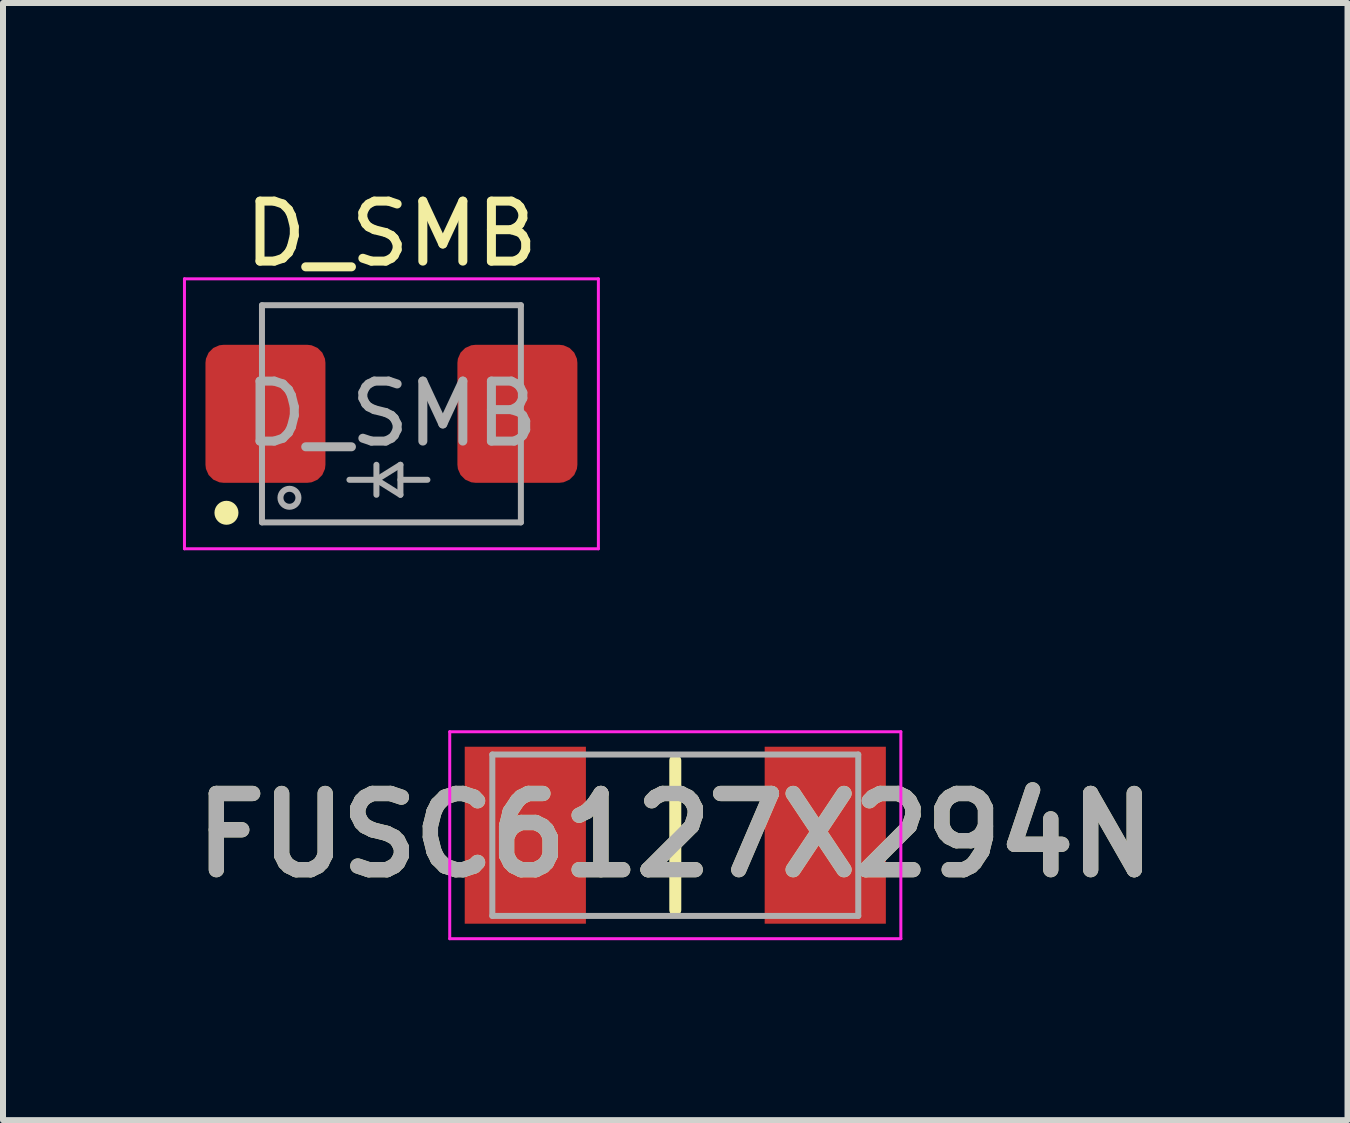
<source format=kicad_pcb>
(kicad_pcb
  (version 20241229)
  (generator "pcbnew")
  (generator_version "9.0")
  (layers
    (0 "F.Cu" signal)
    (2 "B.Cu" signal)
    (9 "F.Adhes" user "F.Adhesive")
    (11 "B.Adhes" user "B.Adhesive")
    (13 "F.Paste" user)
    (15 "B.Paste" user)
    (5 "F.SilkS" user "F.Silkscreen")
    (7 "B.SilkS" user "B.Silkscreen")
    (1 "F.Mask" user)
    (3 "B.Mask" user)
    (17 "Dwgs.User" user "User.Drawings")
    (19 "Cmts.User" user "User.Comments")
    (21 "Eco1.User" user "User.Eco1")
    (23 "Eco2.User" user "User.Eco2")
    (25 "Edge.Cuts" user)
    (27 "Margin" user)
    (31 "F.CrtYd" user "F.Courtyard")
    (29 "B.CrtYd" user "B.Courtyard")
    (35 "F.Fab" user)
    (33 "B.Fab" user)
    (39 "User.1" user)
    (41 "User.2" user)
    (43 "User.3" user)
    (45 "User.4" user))
  (footprint "FUSC6127X294N"
    (layer "F.Cu")
    (at 8.207 10.873)
    (property "Reference" "FUSC6127X294N" (at 0 0 0) (layer "F.SilkS") (effects (font (size 1.27 1.27) (thickness 0.254))))
    (attr smd)
    (fp_line (start 0 -1.245) (end 0 1.245) (stroke (width 0.2) (type solid)) (layer "F.SilkS"))
    (fp_line (start -3.76 -1.725) (end 3.76 -1.725) (stroke (width 0.05) (type solid)) (layer "F.CrtYd"))
    (fp_line (start -3.76 1.725) (end -3.76 -1.725) (stroke (width 0.05) (type solid)) (layer "F.CrtYd"))
    (fp_line (start 3.76 -1.725) (end 3.76 1.725) (stroke (width 0.05) (type solid)) (layer "F.CrtYd"))
    (fp_line (start 3.76 1.725) (end -3.76 1.725) (stroke (width 0.05) (type solid)) (layer "F.CrtYd"))
    (fp_line (start -3.05 -1.345) (end 3.05 -1.345) (stroke (width 0.1) (type solid)) (layer "F.Fab"))
    (fp_line (start -3.05 1.345) (end -3.05 -1.345) (stroke (width 0.1) (type solid)) (layer "F.Fab"))
    (fp_line (start 3.05 -1.345) (end 3.05 1.345) (stroke (width 0.1) (type solid)) (layer "F.Fab"))
    (fp_line (start 3.05 1.345) (end -3.05 1.345) (stroke (width 0.1) (type solid)) (layer "F.Fab"))
    (fp_text user "${REFERENCE}" (at 0 0 0) (layer "F.Fab") (effects (font (size 1.27 1.27) (thickness 0.254))))
    (pad "1" smd rect (at -2.5 0) (size 2.02 2.95) (layers "F.Cu" "F.Mask" "F.Paste"))
    (pad "2" smd rect (at 2.5 0) (size 2.02 2.95) (layers "F.Cu" "F.Mask" "F.Paste")))
  (footprint "D_SMB"
    (layer "F.Cu")
    (at 3.475 3.848)
    (property "Reference" "D_SMB" (at 0 -3 0) (layer "F.SilkS") (effects (font (size 1 1) (thickness 0.15))))
    (attr smd)
    (fp_circle (center -2.75 1.65) (end -2.6 1.65) (stroke (width 0.1) (type solid)) (fill yes) (layer "F.SilkS"))
    (fp_line (start -3.45 -2.25) (end 3.45 -2.25) (stroke (width 0.05) (type solid)) (layer "F.CrtYd"))
    (fp_line (start -3.45 2.25) (end -3.45 -2.25) (stroke (width 0.05) (type solid)) (layer "F.CrtYd"))
    (fp_line (start 3.45 -2.25) (end 3.45 2.25) (stroke (width 0.05) (type solid)) (layer "F.CrtYd"))
    (fp_line (start 3.45 2.25) (end -3.45 2.25) (stroke (width 0.05) (type solid)) (layer "F.CrtYd"))
    (fp_line (start -2.158 1.81) (end -2.158 -1.81) (stroke (width 0.1) (type solid)) (layer "F.Fab"))
    (fp_line (start -0.25 1.1) (end -0.7 1.1) (stroke (width 0.1) (type default)) (layer "F.Fab"))
    (fp_line (start -0.25 1.1) (end 0.15 0.85) (stroke (width 0.1) (type default)) (layer "F.Fab"))
    (fp_line (start -0.25 1.35) (end -0.25 0.85) (stroke (width 0.1) (type default)) (layer "F.Fab"))
    (fp_line (start 0.15 0.85) (end 0.15 1.35) (stroke (width 0.1) (type default)) (layer "F.Fab"))
    (fp_line (start 0.15 1.35) (end -0.25 1.1) (stroke (width 0.1) (type default)) (layer "F.Fab"))
    (fp_line (start 0.6 1.1) (end 0.15 1.1) (stroke (width 0.1) (type default)) (layer "F.Fab"))
    (fp_line (start 2.158 -1.81) (end -2.158 -1.81) (stroke (width 0.1) (type solid)) (layer "F.Fab"))
    (fp_line (start 2.158 -1.81) (end 2.158 1.81) (stroke (width 0.1) (type solid)) (layer "F.Fab"))
    (fp_line (start 2.158 1.81) (end -2.158 1.81) (stroke (width 0.1) (type solid)) (layer "F.Fab"))
    (fp_circle (center -1.7 1.4) (end -1.55 1.4) (stroke (width 0.1) (type solid)) (fill no) (layer "F.Fab"))
    (fp_text user "${REFERENCE}" (at 0 0 0) (layer "F.Fab") (effects (font (size 1 1) (thickness 0.15))))
    (pad "1" smd roundrect (at -2.1 0) (size 2 2.3) (layers "F.Cu" "F.Mask" "F.Paste") (roundrect_rratio 0.15))
    (pad "2" smd roundrect (at 2.1 0) (size 2 2.3) (layers "F.Cu" "F.Mask" "F.Paste") (roundrect_rratio 0.15)))
  (gr_rect
    (start -3 -3)
    (end 19.413 15.623)
    (stroke (width 0.1) (type default))
    (fill no)
    (layer "Edge.Cuts")))
</source>
